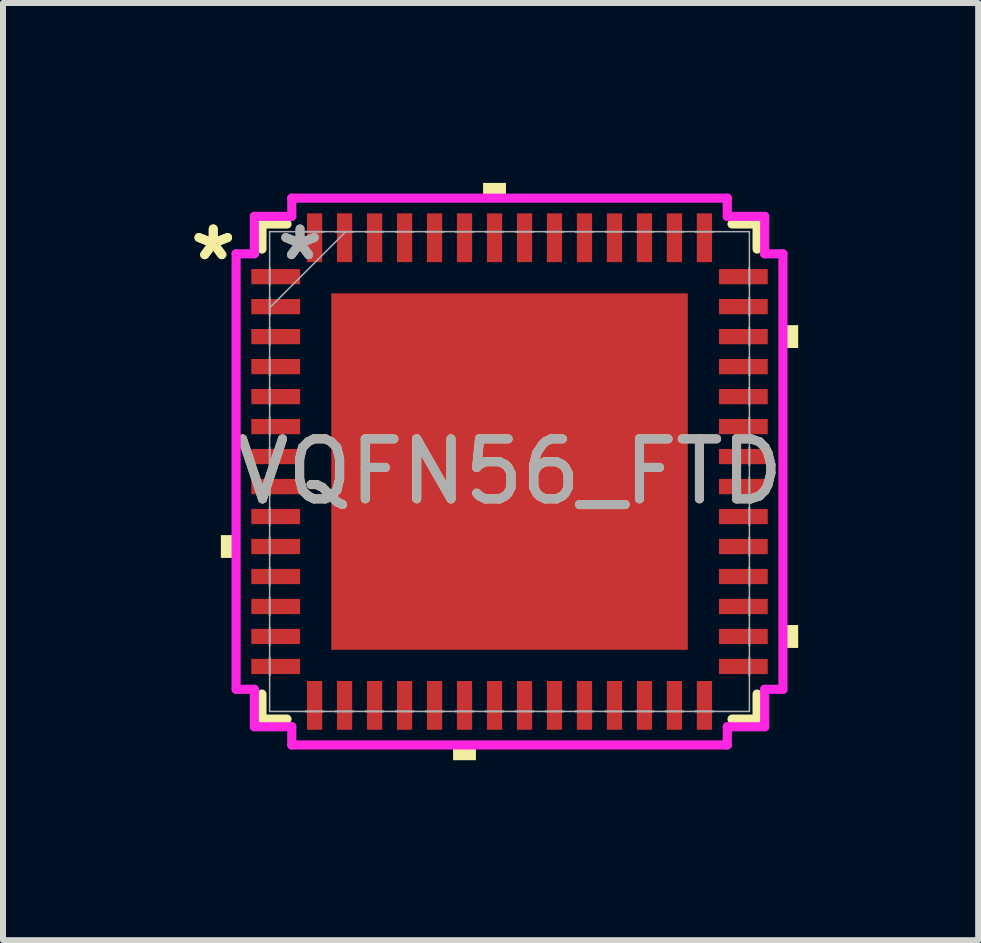
<source format=kicad_pcb>
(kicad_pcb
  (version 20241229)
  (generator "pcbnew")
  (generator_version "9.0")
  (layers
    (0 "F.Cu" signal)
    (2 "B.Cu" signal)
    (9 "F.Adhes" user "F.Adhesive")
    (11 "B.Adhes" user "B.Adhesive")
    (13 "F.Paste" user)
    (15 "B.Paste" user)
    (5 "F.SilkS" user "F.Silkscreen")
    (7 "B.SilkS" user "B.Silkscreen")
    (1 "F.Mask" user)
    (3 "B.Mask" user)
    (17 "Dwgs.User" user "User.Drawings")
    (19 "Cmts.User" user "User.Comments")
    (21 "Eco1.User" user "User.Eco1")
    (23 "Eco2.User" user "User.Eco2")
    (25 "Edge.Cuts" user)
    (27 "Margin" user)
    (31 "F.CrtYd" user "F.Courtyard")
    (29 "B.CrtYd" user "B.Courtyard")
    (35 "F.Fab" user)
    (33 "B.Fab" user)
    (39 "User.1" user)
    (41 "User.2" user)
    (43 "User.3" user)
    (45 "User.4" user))
  (footprint "VQFN56_FTD"
    (layer "F.Cu")
    (at 5.446 4.813)
    (property "Reference" "VQFN56_FTD" (at 0 0 0) (unlocked yes) (layer "F.SilkS") (effects (font (size 1 1) (thickness 0.15))))
    (attr smd)
    (fp_line (start -4.128 -4.128) (end -4.128 -3.71) (stroke (width 0.152) (type solid)) (layer "F.SilkS"))
    (fp_line (start -4.128 3.71) (end -4.128 4.128) (stroke (width 0.152) (type solid)) (layer "F.SilkS"))
    (fp_line (start -4.128 4.128) (end -3.71 4.128) (stroke (width 0.152) (type solid)) (layer "F.SilkS"))
    (fp_line (start -3.71 -4.128) (end -4.128 -4.128) (stroke (width 0.152) (type solid)) (layer "F.SilkS"))
    (fp_line (start 3.71 4.128) (end 4.128 4.128) (stroke (width 0.152) (type solid)) (layer "F.SilkS"))
    (fp_line (start 4.128 -4.128) (end 3.71 -4.128) (stroke (width 0.152) (type solid)) (layer "F.SilkS"))
    (fp_line (start 4.128 -3.71) (end 4.128 -4.128) (stroke (width 0.152) (type solid)) (layer "F.SilkS"))
    (fp_line (start 4.128 4.128) (end 4.128 3.71) (stroke (width 0.152) (type solid)) (layer "F.SilkS"))
    (fp_poly (pts (xy -4.813 1.06) (xy -4.813 1.44) (xy -4.559 1.44) (xy -4.559 1.06)) (stroke (width 0) (type solid)) (fill yes) (layer "F.SilkS"))
    (fp_poly (pts (xy -0.941 4.559) (xy -0.941 4.813) (xy -0.56 4.813) (xy -0.56 4.559)) (stroke (width 0) (type solid)) (fill yes) (layer "F.SilkS"))
    (fp_poly (pts (xy -0.441 -4.559) (xy -0.441 -4.813) (xy -0.059 -4.813) (xy -0.059 -4.559)) (stroke (width 0) (type solid)) (fill yes) (layer "F.SilkS"))
    (fp_poly (pts (xy 4.813 -2.441) (xy 4.813 -2.06) (xy 4.559 -2.06) (xy 4.559 -2.441)) (stroke (width 0) (type solid)) (fill yes) (layer "F.SilkS"))
    (fp_poly (pts (xy 4.813 2.559) (xy 4.813 2.941) (xy 4.559 2.941) (xy 4.559 2.559)) (stroke (width 0) (type solid)) (fill yes) (layer "F.SilkS"))
    (fp_poly (pts (xy -2.872 -2.872) (xy -2.872 -1.586) (xy -1.586 -1.586) (xy -1.586 -2.872)) (stroke (width 0) (type solid)) (fill yes) (layer "F.Paste"))
    (fp_poly (pts (xy -2.872 -1.386) (xy -2.872 -0.1) (xy -1.586 -0.1) (xy -1.586 -1.386)) (stroke (width 0) (type solid)) (fill yes) (layer "F.Paste"))
    (fp_poly (pts (xy -2.872 0.1) (xy -2.872 1.386) (xy -1.586 1.386) (xy -1.586 0.1)) (stroke (width 0) (type solid)) (fill yes) (layer "F.Paste"))
    (fp_poly (pts (xy -2.872 1.586) (xy -2.872 2.872) (xy -1.586 2.872) (xy -1.586 1.586)) (stroke (width 0) (type solid)) (fill yes) (layer "F.Paste"))
    (fp_poly (pts (xy -1.386 -2.872) (xy -1.386 -1.586) (xy -0.1 -1.586) (xy -0.1 -2.872)) (stroke (width 0) (type solid)) (fill yes) (layer "F.Paste"))
    (fp_poly (pts (xy -1.386 -1.386) (xy -1.386 -0.1) (xy -0.1 -0.1) (xy -0.1 -1.386)) (stroke (width 0) (type solid)) (fill yes) (layer "F.Paste"))
    (fp_poly (pts (xy -1.386 0.1) (xy -1.386 1.386) (xy -0.1 1.386) (xy -0.1 0.1)) (stroke (width 0) (type solid)) (fill yes) (layer "F.Paste"))
    (fp_poly (pts (xy -1.386 1.586) (xy -1.386 2.872) (xy -0.1 2.872) (xy -0.1 1.586)) (stroke (width 0) (type solid)) (fill yes) (layer "F.Paste"))
    (fp_poly (pts (xy 0.1 -2.872) (xy 0.1 -1.586) (xy 1.386 -1.586) (xy 1.386 -2.872)) (stroke (width 0) (type solid)) (fill yes) (layer "F.Paste"))
    (fp_poly (pts (xy 0.1 -1.386) (xy 0.1 -0.1) (xy 1.386 -0.1) (xy 1.386 -1.386)) (stroke (width 0) (type solid)) (fill yes) (layer "F.Paste"))
    (fp_poly (pts (xy 0.1 0.1) (xy 0.1 1.386) (xy 1.386 1.386) (xy 1.386 0.1)) (stroke (width 0) (type solid)) (fill yes) (layer "F.Paste"))
    (fp_poly (pts (xy 0.1 1.586) (xy 0.1 2.872) (xy 1.386 2.872) (xy 1.386 1.586)) (stroke (width 0) (type solid)) (fill yes) (layer "F.Paste"))
    (fp_poly (pts (xy 1.586 -2.872) (xy 1.586 -1.586) (xy 2.872 -1.586) (xy 2.872 -2.872)) (stroke (width 0) (type solid)) (fill yes) (layer "F.Paste"))
    (fp_poly (pts (xy 1.586 -1.386) (xy 1.586 -0.1) (xy 2.872 -0.1) (xy 2.872 -1.386)) (stroke (width 0) (type solid)) (fill yes) (layer "F.Paste"))
    (fp_poly (pts (xy 1.586 0.1) (xy 1.586 1.386) (xy 2.872 1.386) (xy 2.872 0.1)) (stroke (width 0) (type solid)) (fill yes) (layer "F.Paste"))
    (fp_poly (pts (xy 1.586 1.586) (xy 1.586 2.872) (xy 2.872 2.872) (xy 2.872 1.586)) (stroke (width 0) (type solid)) (fill yes) (layer "F.Paste"))
    (fp_line (start -4.559 -3.631) (end -4.255 -3.631) (stroke (width 0.152) (type solid)) (layer "F.CrtYd"))
    (fp_line (start -4.559 3.631) (end -4.559 -3.631) (stroke (width 0.152) (type solid)) (layer "F.CrtYd"))
    (fp_line (start -4.255 -4.255) (end -3.631 -4.255) (stroke (width 0.152) (type solid)) (layer "F.CrtYd"))
    (fp_line (start -4.255 -3.631) (end -4.255 -4.255) (stroke (width 0.152) (type solid)) (layer "F.CrtYd"))
    (fp_line (start -4.255 3.631) (end -4.559 3.631) (stroke (width 0.152) (type solid)) (layer "F.CrtYd"))
    (fp_line (start -4.255 4.255) (end -4.255 3.631) (stroke (width 0.152) (type solid)) (layer "F.CrtYd"))
    (fp_line (start -3.631 -4.559) (end 3.631 -4.559) (stroke (width 0.152) (type solid)) (layer "F.CrtYd"))
    (fp_line (start -3.631 -4.255) (end -3.631 -4.559) (stroke (width 0.152) (type solid)) (layer "F.CrtYd"))
    (fp_line (start -3.631 4.255) (end -4.255 4.255) (stroke (width 0.152) (type solid)) (layer "F.CrtYd"))
    (fp_line (start -3.631 4.559) (end -3.631 4.255) (stroke (width 0.152) (type solid)) (layer "F.CrtYd"))
    (fp_line (start 3.631 -4.559) (end 3.631 -4.255) (stroke (width 0.152) (type solid)) (layer "F.CrtYd"))
    (fp_line (start 3.631 -4.255) (end 4.255 -4.255) (stroke (width 0.152) (type solid)) (layer "F.CrtYd"))
    (fp_line (start 3.631 4.255) (end 3.631 4.559) (stroke (width 0.152) (type solid)) (layer "F.CrtYd"))
    (fp_line (start 3.631 4.559) (end -3.631 4.559) (stroke (width 0.152) (type solid)) (layer "F.CrtYd"))
    (fp_line (start 4.255 -4.255) (end 4.255 -3.631) (stroke (width 0.152) (type solid)) (layer "F.CrtYd"))
    (fp_line (start 4.255 -3.631) (end 4.559 -3.631) (stroke (width 0.152) (type solid)) (layer "F.CrtYd"))
    (fp_line (start 4.255 3.631) (end 4.255 4.255) (stroke (width 0.152) (type solid)) (layer "F.CrtYd"))
    (fp_line (start 4.255 4.255) (end 3.631 4.255) (stroke (width 0.152) (type solid)) (layer "F.CrtYd"))
    (fp_line (start 4.559 -3.631) (end 4.559 3.631) (stroke (width 0.152) (type solid)) (layer "F.CrtYd"))
    (fp_line (start 4.559 3.631) (end 4.255 3.631) (stroke (width 0.152) (type solid)) (layer "F.CrtYd"))
    (fp_line (start -4 -4) (end -4 -4) (stroke (width 0.025) (type solid)) (layer "F.Fab"))
    (fp_line (start -4 -4) (end -4 4) (stroke (width 0.025) (type solid)) (layer "F.Fab"))
    (fp_line (start -4 -3.402) (end -4 -3.402) (stroke (width 0.025) (type solid)) (layer "F.Fab"))
    (fp_line (start -4 -3.402) (end -4 -3.098) (stroke (width 0.025) (type solid)) (layer "F.Fab"))
    (fp_line (start -4 -3.098) (end -4 -3.402) (stroke (width 0.025) (type solid)) (layer "F.Fab"))
    (fp_line (start -4 -3.098) (end -4 -3.098) (stroke (width 0.025) (type solid)) (layer "F.Fab"))
    (fp_line (start -4 -2.902) (end -4 -2.902) (stroke (width 0.025) (type solid)) (layer "F.Fab"))
    (fp_line (start -4 -2.902) (end -4 -2.598) (stroke (width 0.025) (type solid)) (layer "F.Fab"))
    (fp_line (start -4 -2.731) (end -2.731 -4) (stroke (width 0.025) (type solid)) (layer "F.Fab"))
    (fp_line (start -4 -2.598) (end -4 -2.902) (stroke (width 0.025) (type solid)) (layer "F.Fab"))
    (fp_line (start -4 -2.598) (end -4 -2.598) (stroke (width 0.025) (type solid)) (layer "F.Fab"))
    (fp_line (start -4 -2.402) (end -4 -2.402) (stroke (width 0.025) (type solid)) (layer "F.Fab"))
    (fp_line (start -4 -2.402) (end -4 -2.098) (stroke (width 0.025) (type solid)) (layer "F.Fab"))
    (fp_line (start -4 -2.098) (end -4 -2.402) (stroke (width 0.025) (type solid)) (layer "F.Fab"))
    (fp_line (start -4 -2.098) (end -4 -2.098) (stroke (width 0.025) (type solid)) (layer "F.Fab"))
    (fp_line (start -4 -1.902) (end -4 -1.902) (stroke (width 0.025) (type solid)) (layer "F.Fab"))
    (fp_line (start -4 -1.902) (end -4 -1.598) (stroke (width 0.025) (type solid)) (layer "F.Fab"))
    (fp_line (start -4 -1.598) (end -4 -1.902) (stroke (width 0.025) (type solid)) (layer "F.Fab"))
    (fp_line (start -4 -1.598) (end -4 -1.598) (stroke (width 0.025) (type solid)) (layer "F.Fab"))
    (fp_line (start -4 -1.402) (end -4 -1.402) (stroke (width 0.025) (type solid)) (layer "F.Fab"))
    (fp_line (start -4 -1.402) (end -4 -1.098) (stroke (width 0.025) (type solid)) (layer "F.Fab"))
    (fp_line (start -4 -1.098) (end -4 -1.402) (stroke (width 0.025) (type solid)) (layer "F.Fab"))
    (fp_line (start -4 -1.098) (end -4 -1.098) (stroke (width 0.025) (type solid)) (layer "F.Fab"))
    (fp_line (start -4 -0.902) (end -4 -0.902) (stroke (width 0.025) (type solid)) (layer "F.Fab"))
    (fp_line (start -4 -0.902) (end -4 -0.598) (stroke (width 0.025) (type solid)) (layer "F.Fab"))
    (fp_line (start -4 -0.598) (end -4 -0.902) (stroke (width 0.025) (type solid)) (layer "F.Fab"))
    (fp_line (start -4 -0.598) (end -4 -0.598) (stroke (width 0.025) (type solid)) (layer "F.Fab"))
    (fp_line (start -4 -0.402) (end -4 -0.402) (stroke (width 0.025) (type solid)) (layer "F.Fab"))
    (fp_line (start -4 -0.402) (end -4 -0.098) (stroke (width 0.025) (type solid)) (layer "F.Fab"))
    (fp_line (start -4 -0.098) (end -4 -0.402) (stroke (width 0.025) (type solid)) (layer "F.Fab"))
    (fp_line (start -4 -0.098) (end -4 -0.098) (stroke (width 0.025) (type solid)) (layer "F.Fab"))
    (fp_line (start -4 0.098) (end -4 0.098) (stroke (width 0.025) (type solid)) (layer "F.Fab"))
    (fp_line (start -4 0.098) (end -4 0.402) (stroke (width 0.025) (type solid)) (layer "F.Fab"))
    (fp_line (start -4 0.402) (end -4 0.098) (stroke (width 0.025) (type solid)) (layer "F.Fab"))
    (fp_line (start -4 0.402) (end -4 0.402) (stroke (width 0.025) (type solid)) (layer "F.Fab"))
    (fp_line (start -4 0.598) (end -4 0.598) (stroke (width 0.025) (type solid)) (layer "F.Fab"))
    (fp_line (start -4 0.598) (end -4 0.902) (stroke (width 0.025) (type solid)) (layer "F.Fab"))
    (fp_line (start -4 0.902) (end -4 0.598) (stroke (width 0.025) (type solid)) (layer "F.Fab"))
    (fp_line (start -4 0.902) (end -4 0.902) (stroke (width 0.025) (type solid)) (layer "F.Fab"))
    (fp_line (start -4 1.098) (end -4 1.098) (stroke (width 0.025) (type solid)) (layer "F.Fab"))
    (fp_line (start -4 1.098) (end -4 1.402) (stroke (width 0.025) (type solid)) (layer "F.Fab"))
    (fp_line (start -4 1.402) (end -4 1.098) (stroke (width 0.025) (type solid)) (layer "F.Fab"))
    (fp_line (start -4 1.402) (end -4 1.402) (stroke (width 0.025) (type solid)) (layer "F.Fab"))
    (fp_line (start -4 1.598) (end -4 1.598) (stroke (width 0.025) (type solid)) (layer "F.Fab"))
    (fp_line (start -4 1.598) (end -4 1.902) (stroke (width 0.025) (type solid)) (layer "F.Fab"))
    (fp_line (start -4 1.902) (end -4 1.598) (stroke (width 0.025) (type solid)) (layer "F.Fab"))
    (fp_line (start -4 1.902) (end -4 1.902) (stroke (width 0.025) (type solid)) (layer "F.Fab"))
    (fp_line (start -4 2.098) (end -4 2.098) (stroke (width 0.025) (type solid)) (layer "F.Fab"))
    (fp_line (start -4 2.098) (end -4 2.402) (stroke (width 0.025) (type solid)) (layer "F.Fab"))
    (fp_line (start -4 2.402) (end -4 2.098) (stroke (width 0.025) (type solid)) (layer "F.Fab"))
    (fp_line (start -4 2.402) (end -4 2.402) (stroke (width 0.025) (type solid)) (layer "F.Fab"))
    (fp_line (start -4 2.598) (end -4 2.598) (stroke (width 0.025) (type solid)) (layer "F.Fab"))
    (fp_line (start -4 2.598) (end -4 2.902) (stroke (width 0.025) (type solid)) (layer "F.Fab"))
    (fp_line (start -4 2.902) (end -4 2.598) (stroke (width 0.025) (type solid)) (layer "F.Fab"))
    (fp_line (start -4 2.902) (end -4 2.902) (stroke (width 0.025) (type solid)) (layer "F.Fab"))
    (fp_line (start -4 3.098) (end -4 3.098) (stroke (width 0.025) (type solid)) (layer "F.Fab"))
    (fp_line (start -4 3.098) (end -4 3.402) (stroke (width 0.025) (type solid)) (layer "F.Fab"))
    (fp_line (start -4 3.402) (end -4 3.098) (stroke (width 0.025) (type solid)) (layer "F.Fab"))
    (fp_line (start -4 3.402) (end -4 3.402) (stroke (width 0.025) (type solid)) (layer "F.Fab"))
    (fp_line (start -4 4) (end -4 4) (stroke (width 0.025) (type solid)) (layer "F.Fab"))
    (fp_line (start -4 4) (end 4 4) (stroke (width 0.025) (type solid)) (layer "F.Fab"))
    (fp_line (start -3.402 -4) (end -3.402 -4) (stroke (width 0.025) (type solid)) (layer "F.Fab"))
    (fp_line (start -3.402 -4) (end -3.098 -4) (stroke (width 0.025) (type solid)) (layer "F.Fab"))
    (fp_line (start -3.402 4) (end -3.402 4) (stroke (width 0.025) (type solid)) (layer "F.Fab"))
    (fp_line (start -3.402 4) (end -3.098 4) (stroke (width 0.025) (type solid)) (layer "F.Fab"))
    (fp_line (start -3.098 -4) (end -3.402 -4) (stroke (width 0.025) (type solid)) (layer "F.Fab"))
    (fp_line (start -3.098 -4) (end -3.098 -4) (stroke (width 0.025) (type solid)) (layer "F.Fab"))
    (fp_line (start -3.098 4) (end -3.402 4) (stroke (width 0.025) (type solid)) (layer "F.Fab"))
    (fp_line (start -3.098 4) (end -3.098 4) (stroke (width 0.025) (type solid)) (layer "F.Fab"))
    (fp_line (start -2.902 -4) (end -2.902 -4) (stroke (width 0.025) (type solid)) (layer "F.Fab"))
    (fp_line (start -2.902 -4) (end -2.598 -4) (stroke (width 0.025) (type solid)) (layer "F.Fab"))
    (fp_line (start -2.902 4) (end -2.902 4) (stroke (width 0.025) (type solid)) (layer "F.Fab"))
    (fp_line (start -2.902 4) (end -2.598 4) (stroke (width 0.025) (type solid)) (layer "F.Fab"))
    (fp_line (start -2.598 -4) (end -2.902 -4) (stroke (width 0.025) (type solid)) (layer "F.Fab"))
    (fp_line (start -2.598 -4) (end -2.598 -4) (stroke (width 0.025) (type solid)) (layer "F.Fab"))
    (fp_line (start -2.598 4) (end -2.902 4) (stroke (width 0.025) (type solid)) (layer "F.Fab"))
    (fp_line (start -2.598 4) (end -2.598 4) (stroke (width 0.025) (type solid)) (layer "F.Fab"))
    (fp_line (start -2.402 -4) (end -2.402 -4) (stroke (width 0.025) (type solid)) (layer "F.Fab"))
    (fp_line (start -2.402 -4) (end -2.098 -4) (stroke (width 0.025) (type solid)) (layer "F.Fab"))
    (fp_line (start -2.402 4) (end -2.402 4) (stroke (width 0.025) (type solid)) (layer "F.Fab"))
    (fp_line (start -2.402 4) (end -2.098 4) (stroke (width 0.025) (type solid)) (layer "F.Fab"))
    (fp_line (start -2.098 -4) (end -2.402 -4) (stroke (width 0.025) (type solid)) (layer "F.Fab"))
    (fp_line (start -2.098 -4) (end -2.098 -4) (stroke (width 0.025) (type solid)) (layer "F.Fab"))
    (fp_line (start -2.098 4) (end -2.402 4) (stroke (width 0.025) (type solid)) (layer "F.Fab"))
    (fp_line (start -2.098 4) (end -2.098 4) (stroke (width 0.025) (type solid)) (layer "F.Fab"))
    (fp_line (start -1.902 -4) (end -1.902 -4) (stroke (width 0.025) (type solid)) (layer "F.Fab"))
    (fp_line (start -1.902 -4) (end -1.598 -4) (stroke (width 0.025) (type solid)) (layer "F.Fab"))
    (fp_line (start -1.902 4) (end -1.902 4) (stroke (width 0.025) (type solid)) (layer "F.Fab"))
    (fp_line (start -1.902 4) (end -1.598 4) (stroke (width 0.025) (type solid)) (layer "F.Fab"))
    (fp_line (start -1.598 -4) (end -1.902 -4) (stroke (width 0.025) (type solid)) (layer "F.Fab"))
    (fp_line (start -1.598 -4) (end -1.598 -4) (stroke (width 0.025) (type solid)) (layer "F.Fab"))
    (fp_line (start -1.598 4) (end -1.902 4) (stroke (width 0.025) (type solid)) (layer "F.Fab"))
    (fp_line (start -1.598 4) (end -1.598 4) (stroke (width 0.025) (type solid)) (layer "F.Fab"))
    (fp_line (start -1.402 -4) (end -1.402 -4) (stroke (width 0.025) (type solid)) (layer "F.Fab"))
    (fp_line (start -1.402 -4) (end -1.098 -4) (stroke (width 0.025) (type solid)) (layer "F.Fab"))
    (fp_line (start -1.402 4) (end -1.402 4) (stroke (width 0.025) (type solid)) (layer "F.Fab"))
    (fp_line (start -1.402 4) (end -1.098 4) (stroke (width 0.025) (type solid)) (layer "F.Fab"))
    (fp_line (start -1.098 -4) (end -1.402 -4) (stroke (width 0.025) (type solid)) (layer "F.Fab"))
    (fp_line (start -1.098 -4) (end -1.098 -4) (stroke (width 0.025) (type solid)) (layer "F.Fab"))
    (fp_line (start -1.098 4) (end -1.402 4) (stroke (width 0.025) (type solid)) (layer "F.Fab"))
    (fp_line (start -1.098 4) (end -1.098 4) (stroke (width 0.025) (type solid)) (layer "F.Fab"))
    (fp_line (start -0.902 -4) (end -0.902 -4) (stroke (width 0.025) (type solid)) (layer "F.Fab"))
    (fp_line (start -0.902 -4) (end -0.598 -4) (stroke (width 0.025) (type solid)) (layer "F.Fab"))
    (fp_line (start -0.902 4) (end -0.902 4) (stroke (width 0.025) (type solid)) (layer "F.Fab"))
    (fp_line (start -0.902 4) (end -0.598 4) (stroke (width 0.025) (type solid)) (layer "F.Fab"))
    (fp_line (start -0.598 -4) (end -0.902 -4) (stroke (width 0.025) (type solid)) (layer "F.Fab"))
    (fp_line (start -0.598 -4) (end -0.598 -4) (stroke (width 0.025) (type solid)) (layer "F.Fab"))
    (fp_line (start -0.598 4) (end -0.902 4) (stroke (width 0.025) (type solid)) (layer "F.Fab"))
    (fp_line (start -0.598 4) (end -0.598 4) (stroke (width 0.025) (type solid)) (layer "F.Fab"))
    (fp_line (start -0.402 -4) (end -0.402 -4) (stroke (width 0.025) (type solid)) (layer "F.Fab"))
    (fp_line (start -0.402 -4) (end -0.098 -4) (stroke (width 0.025) (type solid)) (layer "F.Fab"))
    (fp_line (start -0.402 4) (end -0.402 4) (stroke (width 0.025) (type solid)) (layer "F.Fab"))
    (fp_line (start -0.402 4) (end -0.098 4) (stroke (width 0.025) (type solid)) (layer "F.Fab"))
    (fp_line (start -0.098 -4) (end -0.402 -4) (stroke (width 0.025) (type solid)) (layer "F.Fab"))
    (fp_line (start -0.098 -4) (end -0.098 -4) (stroke (width 0.025) (type solid)) (layer "F.Fab"))
    (fp_line (start -0.098 4) (end -0.402 4) (stroke (width 0.025) (type solid)) (layer "F.Fab"))
    (fp_line (start -0.098 4) (end -0.098 4) (stroke (width 0.025) (type solid)) (layer "F.Fab"))
    (fp_line (start 0.098 -4) (end 0.098 -4) (stroke (width 0.025) (type solid)) (layer "F.Fab"))
    (fp_line (start 0.098 -4) (end 0.402 -4) (stroke (width 0.025) (type solid)) (layer "F.Fab"))
    (fp_line (start 0.098 4) (end 0.098 4) (stroke (width 0.025) (type solid)) (layer "F.Fab"))
    (fp_line (start 0.098 4) (end 0.402 4) (stroke (width 0.025) (type solid)) (layer "F.Fab"))
    (fp_line (start 0.402 -4) (end 0.098 -4) (stroke (width 0.025) (type solid)) (layer "F.Fab"))
    (fp_line (start 0.402 -4) (end 0.402 -4) (stroke (width 0.025) (type solid)) (layer "F.Fab"))
    (fp_line (start 0.402 4) (end 0.098 4) (stroke (width 0.025) (type solid)) (layer "F.Fab"))
    (fp_line (start 0.402 4) (end 0.402 4) (stroke (width 0.025) (type solid)) (layer "F.Fab"))
    (fp_line (start 0.598 -4) (end 0.598 -4) (stroke (width 0.025) (type solid)) (layer "F.Fab"))
    (fp_line (start 0.598 -4) (end 0.902 -4) (stroke (width 0.025) (type solid)) (layer "F.Fab"))
    (fp_line (start 0.598 4) (end 0.598 4) (stroke (width 0.025) (type solid)) (layer "F.Fab"))
    (fp_line (start 0.598 4) (end 0.902 4) (stroke (width 0.025) (type solid)) (layer "F.Fab"))
    (fp_line (start 0.902 -4) (end 0.598 -4) (stroke (width 0.025) (type solid)) (layer "F.Fab"))
    (fp_line (start 0.902 -4) (end 0.902 -4) (stroke (width 0.025) (type solid)) (layer "F.Fab"))
    (fp_line (start 0.902 4) (end 0.598 4) (stroke (width 0.025) (type solid)) (layer "F.Fab"))
    (fp_line (start 0.902 4) (end 0.902 4) (stroke (width 0.025) (type solid)) (layer "F.Fab"))
    (fp_line (start 1.098 -4) (end 1.098 -4) (stroke (width 0.025) (type solid)) (layer "F.Fab"))
    (fp_line (start 1.098 -4) (end 1.402 -4) (stroke (width 0.025) (type solid)) (layer "F.Fab"))
    (fp_line (start 1.098 4) (end 1.098 4) (stroke (width 0.025) (type solid)) (layer "F.Fab"))
    (fp_line (start 1.098 4) (end 1.402 4) (stroke (width 0.025) (type solid)) (layer "F.Fab"))
    (fp_line (start 1.402 -4) (end 1.098 -4) (stroke (width 0.025) (type solid)) (layer "F.Fab"))
    (fp_line (start 1.402 -4) (end 1.402 -4) (stroke (width 0.025) (type solid)) (layer "F.Fab"))
    (fp_line (start 1.402 4) (end 1.098 4) (stroke (width 0.025) (type solid)) (layer "F.Fab"))
    (fp_line (start 1.402 4) (end 1.402 4) (stroke (width 0.025) (type solid)) (layer "F.Fab"))
    (fp_line (start 1.598 -4) (end 1.598 -4) (stroke (width 0.025) (type solid)) (layer "F.Fab"))
    (fp_line (start 1.598 -4) (end 1.902 -4) (stroke (width 0.025) (type solid)) (layer "F.Fab"))
    (fp_line (start 1.598 4) (end 1.598 4) (stroke (width 0.025) (type solid)) (layer "F.Fab"))
    (fp_line (start 1.598 4) (end 1.902 4) (stroke (width 0.025) (type solid)) (layer "F.Fab"))
    (fp_line (start 1.902 -4) (end 1.598 -4) (stroke (width 0.025) (type solid)) (layer "F.Fab"))
    (fp_line (start 1.902 -4) (end 1.902 -4) (stroke (width 0.025) (type solid)) (layer "F.Fab"))
    (fp_line (start 1.902 4) (end 1.598 4) (stroke (width 0.025) (type solid)) (layer "F.Fab"))
    (fp_line (start 1.902 4) (end 1.902 4) (stroke (width 0.025) (type solid)) (layer "F.Fab"))
    (fp_line (start 2.098 -4) (end 2.098 -4) (stroke (width 0.025) (type solid)) (layer "F.Fab"))
    (fp_line (start 2.098 -4) (end 2.402 -4) (stroke (width 0.025) (type solid)) (layer "F.Fab"))
    (fp_line (start 2.098 4) (end 2.098 4) (stroke (width 0.025) (type solid)) (layer "F.Fab"))
    (fp_line (start 2.098 4) (end 2.402 4) (stroke (width 0.025) (type solid)) (layer "F.Fab"))
    (fp_line (start 2.402 -4) (end 2.098 -4) (stroke (width 0.025) (type solid)) (layer "F.Fab"))
    (fp_line (start 2.402 -4) (end 2.402 -4) (stroke (width 0.025) (type solid)) (layer "F.Fab"))
    (fp_line (start 2.402 4) (end 2.098 4) (stroke (width 0.025) (type solid)) (layer "F.Fab"))
    (fp_line (start 2.402 4) (end 2.402 4) (stroke (width 0.025) (type solid)) (layer "F.Fab"))
    (fp_line (start 2.598 -4) (end 2.598 -4) (stroke (width 0.025) (type solid)) (layer "F.Fab"))
    (fp_line (start 2.598 -4) (end 2.902 -4) (stroke (width 0.025) (type solid)) (layer "F.Fab"))
    (fp_line (start 2.598 4) (end 2.598 4) (stroke (width 0.025) (type solid)) (layer "F.Fab"))
    (fp_line (start 2.598 4) (end 2.902 4) (stroke (width 0.025) (type solid)) (layer "F.Fab"))
    (fp_line (start 2.902 -4) (end 2.598 -4) (stroke (width 0.025) (type solid)) (layer "F.Fab"))
    (fp_line (start 2.902 -4) (end 2.902 -4) (stroke (width 0.025) (type solid)) (layer "F.Fab"))
    (fp_line (start 2.902 4) (end 2.598 4) (stroke (width 0.025) (type solid)) (layer "F.Fab"))
    (fp_line (start 2.902 4) (end 2.902 4) (stroke (width 0.025) (type solid)) (layer "F.Fab"))
    (fp_line (start 3.098 -4) (end 3.098 -4) (stroke (width 0.025) (type solid)) (layer "F.Fab"))
    (fp_line (start 3.098 -4) (end 3.402 -4) (stroke (width 0.025) (type solid)) (layer "F.Fab"))
    (fp_line (start 3.098 4) (end 3.098 4) (stroke (width 0.025) (type solid)) (layer "F.Fab"))
    (fp_line (start 3.098 4) (end 3.402 4) (stroke (width 0.025) (type solid)) (layer "F.Fab"))
    (fp_line (start 3.402 -4) (end 3.098 -4) (stroke (width 0.025) (type solid)) (layer "F.Fab"))
    (fp_line (start 3.402 -4) (end 3.402 -4) (stroke (width 0.025) (type solid)) (layer "F.Fab"))
    (fp_line (start 3.402 4) (end 3.098 4) (stroke (width 0.025) (type solid)) (layer "F.Fab"))
    (fp_line (start 3.402 4) (end 3.402 4) (stroke (width 0.025) (type solid)) (layer "F.Fab"))
    (fp_line (start 4 -4) (end -4 -4) (stroke (width 0.025) (type solid)) (layer "F.Fab"))
    (fp_line (start 4 -4) (end 4 -4) (stroke (width 0.025) (type solid)) (layer "F.Fab"))
    (fp_line (start 4 -3.402) (end 4 -3.402) (stroke (width 0.025) (type solid)) (layer "F.Fab"))
    (fp_line (start 4 -3.402) (end 4 -3.098) (stroke (width 0.025) (type solid)) (layer "F.Fab"))
    (fp_line (start 4 -3.098) (end 4 -3.402) (stroke (width 0.025) (type solid)) (layer "F.Fab"))
    (fp_line (start 4 -3.098) (end 4 -3.098) (stroke (width 0.025) (type solid)) (layer "F.Fab"))
    (fp_line (start 4 -2.902) (end 4 -2.902) (stroke (width 0.025) (type solid)) (layer "F.Fab"))
    (fp_line (start 4 -2.902) (end 4 -2.598) (stroke (width 0.025) (type solid)) (layer "F.Fab"))
    (fp_line (start 4 -2.598) (end 4 -2.902) (stroke (width 0.025) (type solid)) (layer "F.Fab"))
    (fp_line (start 4 -2.598) (end 4 -2.598) (stroke (width 0.025) (type solid)) (layer "F.Fab"))
    (fp_line (start 4 -2.402) (end 4 -2.402) (stroke (width 0.025) (type solid)) (layer "F.Fab"))
    (fp_line (start 4 -2.402) (end 4 -2.098) (stroke (width 0.025) (type solid)) (layer "F.Fab"))
    (fp_line (start 4 -2.098) (end 4 -2.402) (stroke (width 0.025) (type solid)) (layer "F.Fab"))
    (fp_line (start 4 -2.098) (end 4 -2.098) (stroke (width 0.025) (type solid)) (layer "F.Fab"))
    (fp_line (start 4 -1.902) (end 4 -1.902) (stroke (width 0.025) (type solid)) (layer "F.Fab"))
    (fp_line (start 4 -1.902) (end 4 -1.598) (stroke (width 0.025) (type solid)) (layer "F.Fab"))
    (fp_line (start 4 -1.598) (end 4 -1.902) (stroke (width 0.025) (type solid)) (layer "F.Fab"))
    (fp_line (start 4 -1.598) (end 4 -1.598) (stroke (width 0.025) (type solid)) (layer "F.Fab"))
    (fp_line (start 4 -1.402) (end 4 -1.402) (stroke (width 0.025) (type solid)) (layer "F.Fab"))
    (fp_line (start 4 -1.402) (end 4 -1.098) (stroke (width 0.025) (type solid)) (layer "F.Fab"))
    (fp_line (start 4 -1.098) (end 4 -1.402) (stroke (width 0.025) (type solid)) (layer "F.Fab"))
    (fp_line (start 4 -1.098) (end 4 -1.098) (stroke (width 0.025) (type solid)) (layer "F.Fab"))
    (fp_line (start 4 -0.902) (end 4 -0.902) (stroke (width 0.025) (type solid)) (layer "F.Fab"))
    (fp_line (start 4 -0.902) (end 4 -0.598) (stroke (width 0.025) (type solid)) (layer "F.Fab"))
    (fp_line (start 4 -0.598) (end 4 -0.902) (stroke (width 0.025) (type solid)) (layer "F.Fab"))
    (fp_line (start 4 -0.598) (end 4 -0.598) (stroke (width 0.025) (type solid)) (layer "F.Fab"))
    (fp_line (start 4 -0.402) (end 4 -0.402) (stroke (width 0.025) (type solid)) (layer "F.Fab"))
    (fp_line (start 4 -0.402) (end 4 -0.098) (stroke (width 0.025) (type solid)) (layer "F.Fab"))
    (fp_line (start 4 -0.098) (end 4 -0.402) (stroke (width 0.025) (type solid)) (layer "F.Fab"))
    (fp_line (start 4 -0.098) (end 4 -0.098) (stroke (width 0.025) (type solid)) (layer "F.Fab"))
    (fp_line (start 4 0.098) (end 4 0.098) (stroke (width 0.025) (type solid)) (layer "F.Fab"))
    (fp_line (start 4 0.098) (end 4 0.402) (stroke (width 0.025) (type solid)) (layer "F.Fab"))
    (fp_line (start 4 0.402) (end 4 0.098) (stroke (width 0.025) (type solid)) (layer "F.Fab"))
    (fp_line (start 4 0.402) (end 4 0.402) (stroke (width 0.025) (type solid)) (layer "F.Fab"))
    (fp_line (start 4 0.598) (end 4 0.598) (stroke (width 0.025) (type solid)) (layer "F.Fab"))
    (fp_line (start 4 0.598) (end 4 0.902) (stroke (width 0.025) (type solid)) (layer "F.Fab"))
    (fp_line (start 4 0.902) (end 4 0.598) (stroke (width 0.025) (type solid)) (layer "F.Fab"))
    (fp_line (start 4 0.902) (end 4 0.902) (stroke (width 0.025) (type solid)) (layer "F.Fab"))
    (fp_line (start 4 1.098) (end 4 1.098) (stroke (width 0.025) (type solid)) (layer "F.Fab"))
    (fp_line (start 4 1.098) (end 4 1.402) (stroke (width 0.025) (type solid)) (layer "F.Fab"))
    (fp_line (start 4 1.402) (end 4 1.098) (stroke (width 0.025) (type solid)) (layer "F.Fab"))
    (fp_line (start 4 1.402) (end 4 1.402) (stroke (width 0.025) (type solid)) (layer "F.Fab"))
    (fp_line (start 4 1.598) (end 4 1.598) (stroke (width 0.025) (type solid)) (layer "F.Fab"))
    (fp_line (start 4 1.598) (end 4 1.902) (stroke (width 0.025) (type solid)) (layer "F.Fab"))
    (fp_line (start 4 1.902) (end 4 1.598) (stroke (width 0.025) (type solid)) (layer "F.Fab"))
    (fp_line (start 4 1.902) (end 4 1.902) (stroke (width 0.025) (type solid)) (layer "F.Fab"))
    (fp_line (start 4 2.098) (end 4 2.098) (stroke (width 0.025) (type solid)) (layer "F.Fab"))
    (fp_line (start 4 2.098) (end 4 2.402) (stroke (width 0.025) (type solid)) (layer "F.Fab"))
    (fp_line (start 4 2.402) (end 4 2.098) (stroke (width 0.025) (type solid)) (layer "F.Fab"))
    (fp_line (start 4 2.402) (end 4 2.402) (stroke (width 0.025) (type solid)) (layer "F.Fab"))
    (fp_line (start 4 2.598) (end 4 2.598) (stroke (width 0.025) (type solid)) (layer "F.Fab"))
    (fp_line (start 4 2.598) (end 4 2.902) (stroke (width 0.025) (type solid)) (layer "F.Fab"))
    (fp_line (start 4 2.902) (end 4 2.598) (stroke (width 0.025) (type solid)) (layer "F.Fab"))
    (fp_line (start 4 2.902) (end 4 2.902) (stroke (width 0.025) (type solid)) (layer "F.Fab"))
    (fp_line (start 4 3.098) (end 4 3.098) (stroke (width 0.025) (type solid)) (layer "F.Fab"))
    (fp_line (start 4 3.098) (end 4 3.402) (stroke (width 0.025) (type solid)) (layer "F.Fab"))
    (fp_line (start 4 3.402) (end 4 3.098) (stroke (width 0.025) (type solid)) (layer "F.Fab"))
    (fp_line (start 4 3.402) (end 4 3.402) (stroke (width 0.025) (type solid)) (layer "F.Fab"))
    (fp_line (start 4 4) (end 4 -4) (stroke (width 0.025) (type solid)) (layer "F.Fab"))
    (fp_line (start 4 4) (end 4 4) (stroke (width 0.025) (type solid)) (layer "F.Fab"))
    (fp_text user "*" (at -4.94 -3.5 0) (layer "F.SilkS") (effects (font (size 1 1) (thickness 0.15))))
    (fp_text user "*" (at -4.94 -3.5 0) (unlocked yes) (layer "F.SilkS") (effects (font (size 1 1) (thickness 0.15))))
    (fp_text user "*" (at -3.493 -3.5 0) (layer "F.Fab") (effects (font (size 1 1) (thickness 0.15))))
    (fp_text user "${REFERENCE}" (at 0 0 0) (unlocked yes) (layer "F.Fab") (effects (font (size 1 1) (thickness 0.15))))
    (fp_text user "*" (at -3.493 -3.5 0) (unlocked yes) (layer "F.Fab") (effects (font (size 1 1) (thickness 0.15))))
    (pad "1" smd rect (at -3.899 -3.25 90) (size 0.254 0.813) (layers "F.Cu" "F.Mask" "F.Paste"))
    (pad "2" smd rect (at -3.899 -2.75 90) (size 0.254 0.813) (layers "F.Cu" "F.Mask" "F.Paste"))
    (pad "3" smd rect (at -3.899 -2.25 90) (size 0.254 0.813) (layers "F.Cu" "F.Mask" "F.Paste"))
    (pad "4" smd rect (at -3.899 -1.75 90) (size 0.254 0.813) (layers "F.Cu" "F.Mask" "F.Paste"))
    (pad "5" smd rect (at -3.899 -1.25 90) (size 0.254 0.813) (layers "F.Cu" "F.Mask" "F.Paste"))
    (pad "6" smd rect (at -3.899 -0.75 90) (size 0.254 0.813) (layers "F.Cu" "F.Mask" "F.Paste"))
    (pad "7" smd rect (at -3.899 -0.25 90) (size 0.254 0.813) (layers "F.Cu" "F.Mask" "F.Paste"))
    (pad "8" smd rect (at -3.899 0.25 90) (size 0.254 0.813) (layers "F.Cu" "F.Mask" "F.Paste"))
    (pad "9" smd rect (at -3.899 0.75 90) (size 0.254 0.813) (layers "F.Cu" "F.Mask" "F.Paste"))
    (pad "10" smd rect (at -3.899 1.25 90) (size 0.254 0.813) (layers "F.Cu" "F.Mask" "F.Paste"))
    (pad "11" smd rect (at -3.899 1.75 90) (size 0.254 0.813) (layers "F.Cu" "F.Mask" "F.Paste"))
    (pad "12" smd rect (at -3.899 2.25 90) (size 0.254 0.813) (layers "F.Cu" "F.Mask" "F.Paste"))
    (pad "13" smd rect (at -3.899 2.75 90) (size 0.254 0.813) (layers "F.Cu" "F.Mask" "F.Paste"))
    (pad "14" smd rect (at -3.899 3.25 90) (size 0.254 0.813) (layers "F.Cu" "F.Mask" "F.Paste"))
    (pad "15" smd rect (at -3.25 3.899) (size 0.254 0.813) (layers "F.Cu" "F.Mask" "F.Paste"))
    (pad "16" smd rect (at -2.75 3.899) (size 0.254 0.813) (layers "F.Cu" "F.Mask" "F.Paste"))
    (pad "17" smd rect (at -2.25 3.899) (size 0.254 0.813) (layers "F.Cu" "F.Mask" "F.Paste"))
    (pad "18" smd rect (at -1.75 3.899) (size 0.254 0.813) (layers "F.Cu" "F.Mask" "F.Paste"))
    (pad "19" smd rect (at -1.25 3.899) (size 0.254 0.813) (layers "F.Cu" "F.Mask" "F.Paste"))
    (pad "20" smd rect (at -0.75 3.899) (size 0.254 0.813) (layers "F.Cu" "F.Mask" "F.Paste"))
    (pad "21" smd rect (at -0.25 3.899) (size 0.254 0.813) (layers "F.Cu" "F.Mask" "F.Paste"))
    (pad "22" smd rect (at 0.25 3.899) (size 0.254 0.813) (layers "F.Cu" "F.Mask" "F.Paste"))
    (pad "23" smd rect (at 0.75 3.899) (size 0.254 0.813) (layers "F.Cu" "F.Mask" "F.Paste"))
    (pad "24" smd rect (at 1.25 3.899) (size 0.254 0.813) (layers "F.Cu" "F.Mask" "F.Paste"))
    (pad "25" smd rect (at 1.75 3.899) (size 0.254 0.813) (layers "F.Cu" "F.Mask" "F.Paste"))
    (pad "26" smd rect (at 2.25 3.899) (size 0.254 0.813) (layers "F.Cu" "F.Mask" "F.Paste"))
    (pad "27" smd rect (at 2.75 3.899) (size 0.254 0.813) (layers "F.Cu" "F.Mask" "F.Paste"))
    (pad "28" smd rect (at 3.25 3.899) (size 0.254 0.813) (layers "F.Cu" "F.Mask" "F.Paste"))
    (pad "29" smd rect (at 3.899 3.25 90) (size 0.254 0.813) (layers "F.Cu" "F.Mask" "F.Paste"))
    (pad "30" smd rect (at 3.899 2.75 90) (size 0.254 0.813) (layers "F.Cu" "F.Mask" "F.Paste"))
    (pad "31" smd rect (at 3.899 2.25 90) (size 0.254 0.813) (layers "F.Cu" "F.Mask" "F.Paste"))
    (pad "32" smd rect (at 3.899 1.75 90) (size 0.254 0.813) (layers "F.Cu" "F.Mask" "F.Paste"))
    (pad "33" smd rect (at 3.899 1.25 90) (size 0.254 0.813) (layers "F.Cu" "F.Mask" "F.Paste"))
    (pad "34" smd rect (at 3.899 0.75 90) (size 0.254 0.813) (layers "F.Cu" "F.Mask" "F.Paste"))
    (pad "35" smd rect (at 3.899 0.25 90) (size 0.254 0.813) (layers "F.Cu" "F.Mask" "F.Paste"))
    (pad "36" smd rect (at 3.899 -0.25 90) (size 0.254 0.813) (layers "F.Cu" "F.Mask" "F.Paste"))
    (pad "37" smd rect (at 3.899 -0.75 90) (size 0.254 0.813) (layers "F.Cu" "F.Mask" "F.Paste"))
    (pad "38" smd rect (at 3.899 -1.25 90) (size 0.254 0.813) (layers "F.Cu" "F.Mask" "F.Paste"))
    (pad "39" smd rect (at 3.899 -1.75 90) (size 0.254 0.813) (layers "F.Cu" "F.Mask" "F.Paste"))
    (pad "40" smd rect (at 3.899 -2.25 90) (size 0.254 0.813) (layers "F.Cu" "F.Mask" "F.Paste"))
    (pad "41" smd rect (at 3.899 -2.75 90) (size 0.254 0.813) (layers "F.Cu" "F.Mask" "F.Paste"))
    (pad "42" smd rect (at 3.899 -3.25 90) (size 0.254 0.813) (layers "F.Cu" "F.Mask" "F.Paste"))
    (pad "43" smd rect (at 3.25 -3.899) (size 0.254 0.813) (layers "F.Cu" "F.Mask" "F.Paste"))
    (pad "44" smd rect (at 2.75 -3.899) (size 0.254 0.813) (layers "F.Cu" "F.Mask" "F.Paste"))
    (pad "45" smd rect (at 2.25 -3.899) (size 0.254 0.813) (layers "F.Cu" "F.Mask" "F.Paste"))
    (pad "46" smd rect (at 1.75 -3.899) (size 0.254 0.813) (layers "F.Cu" "F.Mask" "F.Paste"))
    (pad "47" smd rect (at 1.25 -3.899) (size 0.254 0.813) (layers "F.Cu" "F.Mask" "F.Paste"))
    (pad "48" smd rect (at 0.75 -3.899) (size 0.254 0.813) (layers "F.Cu" "F.Mask" "F.Paste"))
    (pad "49" smd rect (at 0.25 -3.899) (size 0.254 0.813) (layers "F.Cu" "F.Mask" "F.Paste"))
    (pad "50" smd rect (at -0.25 -3.899) (size 0.254 0.813) (layers "F.Cu" "F.Mask" "F.Paste"))
    (pad "51" smd rect (at -0.75 -3.899) (size 0.254 0.813) (layers "F.Cu" "F.Mask" "F.Paste"))
    (pad "52" smd rect (at -1.25 -3.899) (size 0.254 0.813) (layers "F.Cu" "F.Mask" "F.Paste"))
    (pad "53" smd rect (at -1.75 -3.899) (size 0.254 0.813) (layers "F.Cu" "F.Mask" "F.Paste"))
    (pad "54" smd rect (at -2.25 -3.899) (size 0.254 0.813) (layers "F.Cu" "F.Mask" "F.Paste"))
    (pad "55" smd rect (at -2.75 -3.899) (size 0.254 0.813) (layers "F.Cu" "F.Mask" "F.Paste"))
    (pad "56" smd rect (at -3.25 -3.899) (size 0.254 0.813) (layers "F.Cu" "F.Mask" "F.Paste"))
    (pad "57" smd rect (at 0 0) (size 5.944 5.944) (layers "F.Cu" "F.Mask" "F.Paste")))
  (gr_rect
    (start -3 -3)
    (end 13.26 12.627)
    (stroke (width 0.1) (type default))
    (fill no)
    (layer "Edge.Cuts")))
</source>
